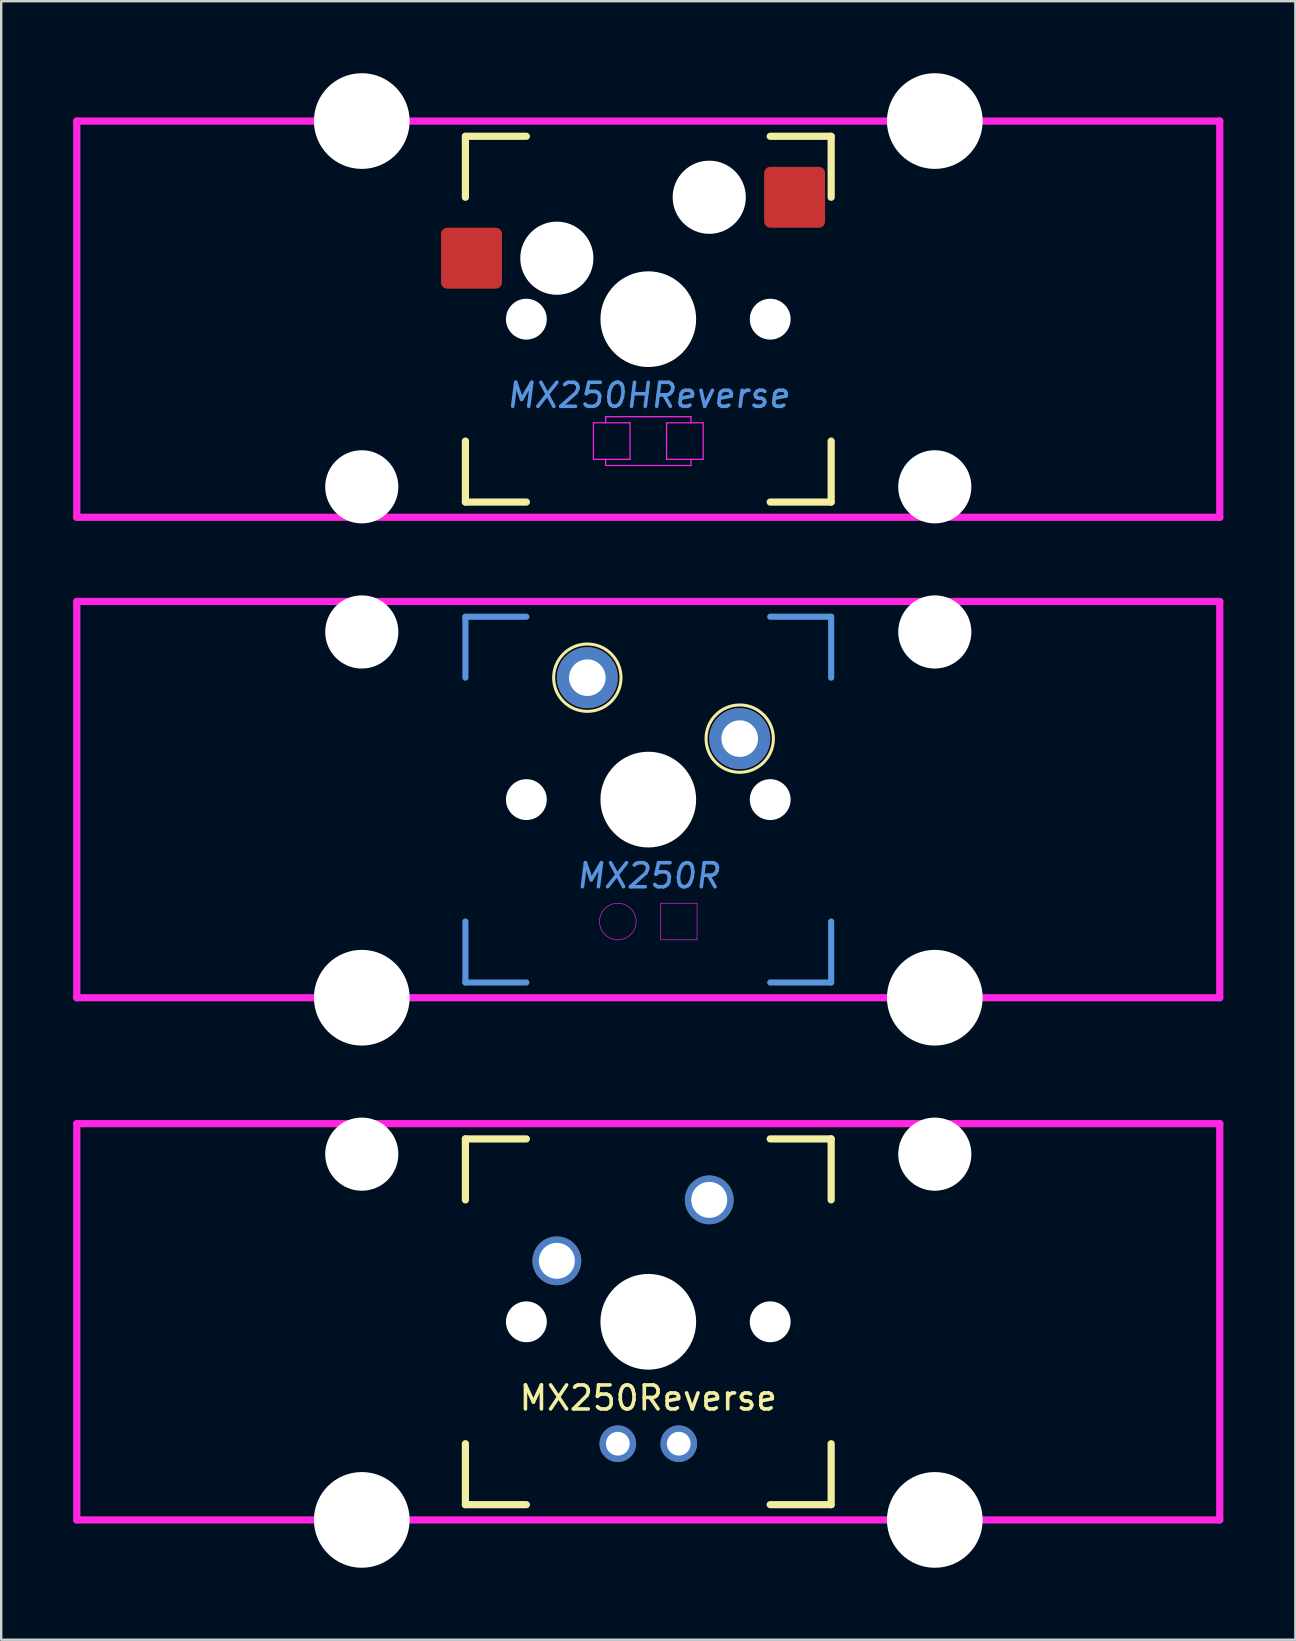
<source format=kicad_pcb>
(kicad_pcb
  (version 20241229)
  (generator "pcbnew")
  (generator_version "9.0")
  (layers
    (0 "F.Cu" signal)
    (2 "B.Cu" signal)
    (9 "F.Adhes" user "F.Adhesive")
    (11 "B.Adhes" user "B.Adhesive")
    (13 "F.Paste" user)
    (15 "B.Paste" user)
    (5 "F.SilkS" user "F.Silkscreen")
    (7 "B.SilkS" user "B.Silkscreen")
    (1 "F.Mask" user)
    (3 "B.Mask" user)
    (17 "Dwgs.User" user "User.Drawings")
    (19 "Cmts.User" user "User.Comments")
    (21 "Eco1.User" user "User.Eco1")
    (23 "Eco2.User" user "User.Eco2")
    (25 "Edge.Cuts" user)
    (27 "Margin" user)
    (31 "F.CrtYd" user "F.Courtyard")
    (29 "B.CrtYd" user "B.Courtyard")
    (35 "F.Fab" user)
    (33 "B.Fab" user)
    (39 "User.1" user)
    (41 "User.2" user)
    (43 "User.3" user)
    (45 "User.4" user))
  (footprint "MX250R"
    (layer "F.Cu")
    (at 23.962 30.267)
    (property "Reference" "MX250R" (at 0 3.175 0) (layer "Cmts.User") (effects (font (size 1 1) (thickness 0.15) (italic yes))))
    (attr through_hole)
    (fp_circle (center -2.54 -5.08) (end -1.143 -4.953) (stroke (width 0.127) (type solid)) (fill no) (layer "F.SilkS"))
    (fp_circle (center 3.81 -2.54) (end 5.207 -2.413) (stroke (width 0.127) (type solid)) (fill no) (layer "F.SilkS"))
    (fp_line (start -7.62 -7.62) (end -7.62 -5.08) (stroke (width 0.254) (type solid)) (layer "Cmts.User"))
    (fp_line (start -7.62 -7.62) (end -5.08 -7.62) (stroke (width 0.254) (type solid)) (layer "Cmts.User"))
    (fp_line (start -7.62 7.62) (end -7.62 5.08) (stroke (width 0.254) (type solid)) (layer "Cmts.User"))
    (fp_line (start -7.62 7.62) (end -5.08 7.62) (stroke (width 0.254) (type solid)) (layer "Cmts.User"))
    (fp_line (start 7.62 -7.62) (end 5.08 -7.62) (stroke (width 0.254) (type solid)) (layer "Cmts.User"))
    (fp_line (start 7.62 -7.62) (end 7.62 -5.08) (stroke (width 0.254) (type solid)) (layer "Cmts.User"))
    (fp_line (start 7.62 7.62) (end 5.08 7.62) (stroke (width 0.254) (type solid)) (layer "Cmts.User"))
    (fp_line (start 7.62 7.62) (end 7.62 5.08) (stroke (width 0.254) (type solid)) (layer "Cmts.User"))
    (fp_line (start -23.812 -8.255) (end -23.812 8.255) (stroke (width 0.3) (type solid)) (layer "F.CrtYd"))
    (fp_line (start -23.812 -8.255) (end 23.812 -8.255) (stroke (width 0.3) (type solid)) (layer "F.CrtYd"))
    (fp_line (start -23.812 8.255) (end 23.812 8.255) (stroke (width 0.3) (type solid)) (layer "F.CrtYd"))
    (fp_line (start 0.508 4.318) (end 0.508 5.842) (stroke (width 0.025) (type solid)) (layer "F.CrtYd"))
    (fp_line (start 0.508 5.842) (end 2.032 5.842) (stroke (width 0.025) (type solid)) (layer "F.CrtYd"))
    (fp_line (start 2.032 4.318) (end 0.508 4.318) (stroke (width 0.025) (type solid)) (layer "F.CrtYd"))
    (fp_line (start 2.032 5.842) (end 2.032 4.318) (stroke (width 0.025) (type solid)) (layer "F.CrtYd"))
    (fp_line (start 23.812 -8.255) (end 23.812 8.255) (stroke (width 0.3) (type solid)) (layer "F.CrtYd"))
    (fp_circle (center -1.27 5.08) (end -0.508 5.08) (stroke (width 0.025) (type solid)) (fill no) (layer "F.CrtYd"))
    (pad "" np_thru_hole circle (at -11.938 -6.985) (size 3.048 3.048) (drill 3.048) (layers "*.Cu" "*.Mask"))
    (pad "" np_thru_hole circle (at -11.938 8.255) (size 3.988 3.988) (drill 3.988) (layers "*.Cu" "*.Mask"))
    (pad "" np_thru_hole circle (at -5.08 0) (size 1.702 1.702) (drill 1.702) (layers "*.Cu" "*.Mask"))
    (pad "" np_thru_hole circle (at 0 0) (size 3.988 3.988) (drill 3.988) (layers "*.Cu" "*.Mask"))
    (pad "" np_thru_hole circle (at 5.08 0) (size 1.702 1.702) (drill 1.702) (layers "*.Cu" "*.Mask"))
    (pad "" np_thru_hole circle (at 11.938 -6.985) (size 3.048 3.048) (drill 3.048) (layers "*.Cu" "*.Mask"))
    (pad "" np_thru_hole circle (at 11.938 8.255) (size 3.988 3.988) (drill 3.988) (layers "*.Cu" "*.Mask"))
    (pad "1" thru_hole circle (at -2.54 -5.08) (size 2.54 2.54) (drill 1.524) (layers "*.Cu" "*.Mask"))
    (pad "2" thru_hole circle (at 3.81 -2.54) (size 2.54 2.54) (drill 1.524) (layers "*.Cu" "*.Mask")))
  (footprint "MX250Reverse"
    (layer "F.Cu")
    (at 23.962 52.025)
    (property "Reference" "MX250Reverse" (at 0 3.175 0) (layer "F.SilkS") (effects (font (size 1 1) (thickness 0.15))))
    (attr through_hole)
    (fp_line (start -7.62 -7.62) (end -7.62 -5.08) (stroke (width 0.3) (type solid)) (layer "F.SilkS"))
    (fp_line (start -7.62 -7.62) (end -5.08 -7.62) (stroke (width 0.3) (type solid)) (layer "F.SilkS"))
    (fp_line (start -7.62 7.62) (end -7.62 5.08) (stroke (width 0.3) (type solid)) (layer "F.SilkS"))
    (fp_line (start -7.62 7.62) (end -5.08 7.62) (stroke (width 0.3) (type solid)) (layer "F.SilkS"))
    (fp_line (start 7.62 -7.62) (end 5.08 -7.62) (stroke (width 0.3) (type solid)) (layer "F.SilkS"))
    (fp_line (start 7.62 -7.62) (end 7.62 -5.08) (stroke (width 0.3) (type solid)) (layer "F.SilkS"))
    (fp_line (start 7.62 7.62) (end 5.08 7.62) (stroke (width 0.3) (type solid)) (layer "F.SilkS"))
    (fp_line (start 7.62 7.62) (end 7.62 5.08) (stroke (width 0.3) (type solid)) (layer "F.SilkS"))
    (fp_line (start -23.812 -8.255) (end -23.812 8.255) (stroke (width 0.3) (type solid)) (layer "F.CrtYd"))
    (fp_line (start -23.812 -8.255) (end 23.812 -8.255) (stroke (width 0.3) (type solid)) (layer "F.CrtYd"))
    (fp_line (start -23.812 8.255) (end 23.812 8.255) (stroke (width 0.3) (type solid)) (layer "F.CrtYd"))
    (fp_line (start 23.812 -8.255) (end 23.812 8.255) (stroke (width 0.3) (type solid)) (layer "F.CrtYd"))
    (pad "" np_thru_hole circle (at -11.938 -6.985) (size 3.048 3.048) (drill 3.048) (layers "*.Cu" "*.Mask"))
    (pad "" np_thru_hole circle (at -11.938 8.255) (size 3.988 3.988) (drill 3.988) (layers "*.Cu" "*.Mask"))
    (pad "" np_thru_hole circle (at -5.08 0) (size 1.702 1.702) (drill 1.702) (layers "*.Cu" "*.Mask"))
    (pad "" thru_hole circle (at -3.81 -2.54) (size 2.032 2.032) (drill 1.499) (layers "*.Cu" "*.Mask"))
    (pad "" thru_hole circle (at -1.27 5.08) (size 1.524 1.524) (drill 0.991) (layers "*.Cu" "*.Mask"))
    (pad "" np_thru_hole circle (at 0 0) (size 3.988 3.988) (drill 3.988) (layers "*.Cu" "*.Mask"))
    (pad "" thru_hole circle (at 1.27 5.08) (size 1.524 1.524) (drill 0.991) (layers "*.Cu" "*.Mask"))
    (pad "" np_thru_hole circle (at 5.08 0) (size 1.702 1.702) (drill 1.702) (layers "*.Cu" "*.Mask"))
    (pad "" np_thru_hole circle (at 11.938 -6.985) (size 3.048 3.048) (drill 3.048) (layers "*.Cu" "*.Mask"))
    (pad "" np_thru_hole circle (at 11.938 8.255) (size 3.988 3.988) (drill 3.988) (layers "*.Cu" "*.Mask"))
    (pad "1" thru_hole circle (at 2.54 -5.08) (size 2.032 2.032) (drill 1.499) (layers "*.Cu" "*.Mask")))
  (footprint "MX250HReverse"
    (layer "F.Cu")
    (at 23.962 10.249)
    (property "Reference" "MX250HReverse" (at 0 3.175 0) (layer "Cmts.User") (effects (font (size 1 1) (thickness 0.15) (italic yes))))
    (attr through_hole)
    (fp_line (start -7.62 -7.62) (end -7.62 -5.08) (stroke (width 0.3) (type solid)) (layer "F.SilkS"))
    (fp_line (start -7.62 -7.62) (end -5.08 -7.62) (stroke (width 0.3) (type solid)) (layer "F.SilkS"))
    (fp_line (start -7.62 7.62) (end -7.62 5.08) (stroke (width 0.3) (type solid)) (layer "F.SilkS"))
    (fp_line (start -7.62 7.62) (end -5.08 7.62) (stroke (width 0.3) (type solid)) (layer "F.SilkS"))
    (fp_line (start 7.62 -7.62) (end 5.08 -7.62) (stroke (width 0.3) (type solid)) (layer "F.SilkS"))
    (fp_line (start 7.62 -7.62) (end 7.62 -5.08) (stroke (width 0.3) (type solid)) (layer "F.SilkS"))
    (fp_line (start 7.62 7.62) (end 5.08 7.62) (stroke (width 0.3) (type solid)) (layer "F.SilkS"))
    (fp_line (start 7.62 7.62) (end 7.62 5.08) (stroke (width 0.3) (type solid)) (layer "F.SilkS"))
    (fp_line (start -23.812 -8.255) (end -23.812 8.255) (stroke (width 0.3) (type solid)) (layer "F.CrtYd"))
    (fp_line (start -23.812 -8.255) (end 23.812 -8.255) (stroke (width 0.3) (type solid)) (layer "F.CrtYd"))
    (fp_line (start -23.812 8.255) (end 23.812 8.255) (stroke (width 0.3) (type solid)) (layer "F.CrtYd"))
    (fp_line (start -2.286 4.318) (end -0.762 4.318) (stroke (width 0.051) (type solid)) (layer "F.CrtYd"))
    (fp_line (start -2.286 5.842) (end -2.286 4.318) (stroke (width 0.051) (type solid)) (layer "F.CrtYd"))
    (fp_line (start -1.778 4.064) (end 1.778 4.064) (stroke (width 0.051) (type solid)) (layer "F.CrtYd"))
    (fp_line (start -1.778 4.318) (end -1.778 4.064) (stroke (width 0.051) (type solid)) (layer "F.CrtYd"))
    (fp_line (start -1.778 6.096) (end -1.778 5.842) (stroke (width 0.051) (type solid)) (layer "F.CrtYd"))
    (fp_line (start -0.762 4.318) (end -0.762 5.842) (stroke (width 0.051) (type solid)) (layer "F.CrtYd"))
    (fp_line (start -0.762 5.842) (end -2.286 5.842) (stroke (width 0.051) (type solid)) (layer "F.CrtYd"))
    (fp_line (start 0.762 4.318) (end 2.286 4.318) (stroke (width 0.051) (type solid)) (layer "F.CrtYd"))
    (fp_line (start 0.762 5.842) (end 0.762 4.318) (stroke (width 0.051) (type solid)) (layer "F.CrtYd"))
    (fp_line (start 1.778 4.064) (end 1.778 4.318) (stroke (width 0.051) (type solid)) (layer "F.CrtYd"))
    (fp_line (start 1.778 5.842) (end 1.778 6.096) (stroke (width 0.051) (type solid)) (layer "F.CrtYd"))
    (fp_line (start 1.778 6.096) (end -1.778 6.096) (stroke (width 0.051) (type solid)) (layer "F.CrtYd"))
    (fp_line (start 2.286 4.318) (end 2.286 5.842) (stroke (width 0.051) (type solid)) (layer "F.CrtYd"))
    (fp_line (start 2.286 5.842) (end 0.762 5.842) (stroke (width 0.051) (type solid)) (layer "F.CrtYd"))
    (fp_line (start 23.812 -8.255) (end 23.812 8.255) (stroke (width 0.3) (type solid)) (layer "F.CrtYd"))
    (pad "" np_thru_hole circle (at -11.938 -8.255) (size 3.988 3.988) (drill 3.988) (layers "*.Cu" "*.Mask"))
    (pad "" np_thru_hole circle (at -11.938 6.985) (size 3.048 3.048) (drill 3.048) (layers "*.Cu" "*.Mask"))
    (pad "" np_thru_hole circle (at -5.08 0) (size 1.702 1.702) (drill 1.702) (layers "*.Cu" "*.Mask"))
    (pad "" np_thru_hole circle (at -3.81 -2.54) (size 3.048 3.048) (drill 3.048) (layers "*.Cu" "*.Mask"))
    (pad "" np_thru_hole circle (at 0 0) (size 3.988 3.988) (drill 3.988) (layers "*.Cu" "*.Mask"))
    (pad "" np_thru_hole circle (at 2.54 -5.08) (size 3.048 3.048) (drill 3.048) (layers "*.Cu" "*.Mask"))
    (pad "" np_thru_hole circle (at 5.08 0) (size 1.702 1.702) (drill 1.702) (layers "*.Cu" "*.Mask"))
    (pad "" np_thru_hole circle (at 11.938 -8.255) (size 3.988 3.988) (drill 3.988) (layers "*.Cu" "*.Mask"))
    (pad "" np_thru_hole circle (at 11.938 6.985) (size 3.048 3.048) (drill 3.048) (layers "*.Cu" "*.Mask"))
    (pad "1" smd roundrect (at -7.366 -2.54) (size 2.54 2.54) (layers "F.Cu" "F.Mask" "F.Paste") (roundrect_rratio 0.1))
    (pad "2" smd roundrect (at 6.096 -5.08) (size 2.54 2.54) (layers "F.Cu" "F.Mask" "F.Paste") (roundrect_rratio 0.1)))
  (gr_rect
    (start -3 -3)
    (end 50.925 65.274)
    (stroke (width 0.1) (type default))
    (fill no)
    (layer "Edge.Cuts")))
</source>
